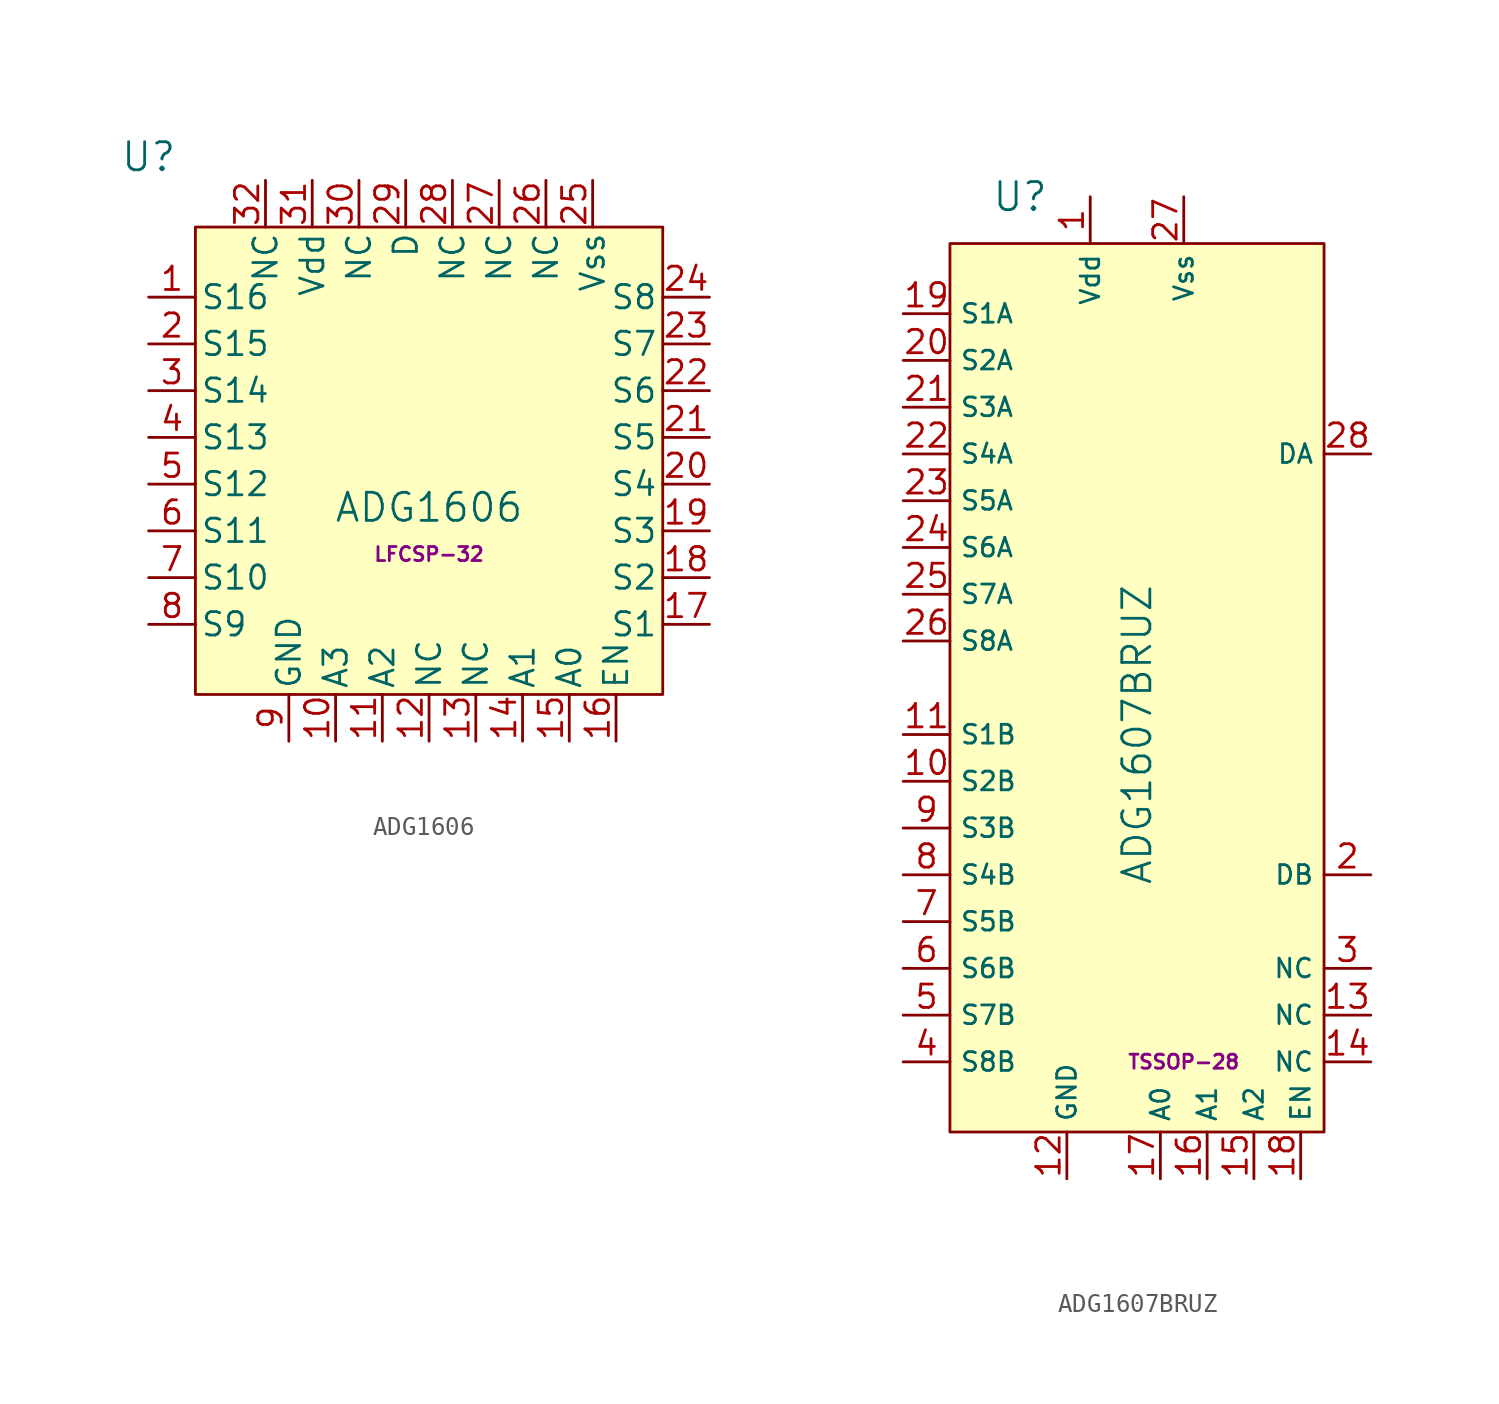
<source format=kicad_sym>
(kicad_symbol_lib
  (version 20220914)
  (generator kicad_symbol_editor)
  (symbol "ADG1606"
    (pin_names
      (offset 0.254))
    (property "Reference" "U"
      (at -15.24 16.51 0)
      (effects (font (size 1.524 1.524))))
    (property "Value" "ADG1606"
      (at 0 -2.54 0)
      (effects (font (size 1.524 1.524))))
    (property "Footprint" "LFCSP-32"
      (at 0 -5.08 0)
      (effects (font (size 0.762 0.762))))
    (property "Datasheet" ""
      (at 0 0 0)
      (effects (font (size 1.524 1.524))))
    (symbol "ADG1606_0_1"
      (rectangle (start -12.7 12.7) (end 12.7 -12.7) (stroke (width 0) (type default)) (fill (type background))))
    (symbol "ADG1606_1_1"
      (pin bidirectional line (at -15.24 8.89 0) (length 2.54) (name "S16" (effects (font (size 1.27 1.27)))) (number "1" (effects (font (size 1.27 1.27)))))
      (pin bidirectional line (at -5.08 -15.24 90) (length 2.54) (name "A3" (effects (font (size 1.27 1.27)))) (number "10" (effects (font (size 1.27 1.27)))))
      (pin bidirectional line (at -2.54 -15.24 90) (length 2.54) (name "A2" (effects (font (size 1.27 1.27)))) (number "11" (effects (font (size 1.27 1.27)))))
      (pin bidirectional line (at 0 -15.24 90) (length 2.54) (name "NC" (effects (font (size 1.27 1.27)))) (number "12" (effects (font (size 1.27 1.27)))))
      (pin bidirectional line (at 2.54 -15.24 90) (length 2.54) (name "NC" (effects (font (size 1.27 1.27)))) (number "13" (effects (font (size 1.27 1.27)))))
      (pin bidirectional line (at 5.08 -15.24 90) (length 2.54) (name "A1" (effects (font (size 1.27 1.27)))) (number "14" (effects (font (size 1.27 1.27)))))
      (pin bidirectional line (at 7.62 -15.24 90) (length 2.54) (name "A0" (effects (font (size 1.27 1.27)))) (number "15" (effects (font (size 1.27 1.27)))))
      (pin bidirectional line (at 10.16 -15.24 90) (length 2.54) (name "EN" (effects (font (size 1.27 1.27)))) (number "16" (effects (font (size 1.27 1.27)))))
      (pin bidirectional line (at 15.24 -8.89 180) (length 2.54) (name "S1" (effects (font (size 1.27 1.27)))) (number "17" (effects (font (size 1.27 1.27)))))
      (pin bidirectional line (at 15.24 -6.35 180) (length 2.54) (name "S2" (effects (font (size 1.27 1.27)))) (number "18" (effects (font (size 1.27 1.27)))))
      (pin bidirectional line (at 15.24 -3.81 180) (length 2.54) (name "S3" (effects (font (size 1.27 1.27)))) (number "19" (effects (font (size 1.27 1.27)))))
      (pin bidirectional line (at -15.24 6.35 0) (length 2.54) (name "S15" (effects (font (size 1.27 1.27)))) (number "2" (effects (font (size 1.27 1.27)))))
      (pin bidirectional line (at 15.24 -1.27 180) (length 2.54) (name "S4" (effects (font (size 1.27 1.27)))) (number "20" (effects (font (size 1.27 1.27)))))
      (pin bidirectional line (at 15.24 1.27 180) (length 2.54) (name "S5" (effects (font (size 1.27 1.27)))) (number "21" (effects (font (size 1.27 1.27)))))
      (pin bidirectional line (at 15.24 3.81 180) (length 2.54) (name "S6" (effects (font (size 1.27 1.27)))) (number "22" (effects (font (size 1.27 1.27)))))
      (pin bidirectional line (at 15.24 6.35 180) (length 2.54) (name "S7" (effects (font (size 1.27 1.27)))) (number "23" (effects (font (size 1.27 1.27)))))
      (pin bidirectional line (at 15.24 8.89 180) (length 2.54) (name "S8" (effects (font (size 1.27 1.27)))) (number "24" (effects (font (size 1.27 1.27)))))
      (pin bidirectional line (at 8.89 15.24 270) (length 2.54) (name "Vss" (effects (font (size 1.27 1.27)))) (number "25" (effects (font (size 1.27 1.27)))))
      (pin bidirectional line (at 6.35 15.24 270) (length 2.54) (name "NC" (effects (font (size 1.27 1.27)))) (number "26" (effects (font (size 1.27 1.27)))))
      (pin bidirectional line (at 3.81 15.24 270) (length 2.54) (name "NC" (effects (font (size 1.27 1.27)))) (number "27" (effects (font (size 1.27 1.27)))))
      (pin bidirectional line (at 1.27 15.24 270) (length 2.54) (name "NC" (effects (font (size 1.27 1.27)))) (number "28" (effects (font (size 1.27 1.27)))))
      (pin bidirectional line (at -1.27 15.24 270) (length 2.54) (name "D" (effects (font (size 1.27 1.27)))) (number "29" (effects (font (size 1.27 1.27)))))
      (pin bidirectional line (at -15.24 3.81 0) (length 2.54) (name "S14" (effects (font (size 1.27 1.27)))) (number "3" (effects (font (size 1.27 1.27)))))
      (pin bidirectional line (at -3.81 15.24 270) (length 2.54) (name "NC" (effects (font (size 1.27 1.27)))) (number "30" (effects (font (size 1.27 1.27)))))
      (pin bidirectional line (at -6.35 15.24 270) (length 2.54) (name "Vdd" (effects (font (size 1.27 1.27)))) (number "31" (effects (font (size 1.27 1.27)))))
      (pin bidirectional line (at -8.89 15.24 270) (length 2.54) (name "NC" (effects (font (size 1.27 1.27)))) (number "32" (effects (font (size 1.27 1.27)))))
      (pin bidirectional line (at -15.24 1.27 0) (length 2.54) (name "S13" (effects (font (size 1.27 1.27)))) (number "4" (effects (font (size 1.27 1.27)))))
      (pin bidirectional line (at -15.24 -1.27 0) (length 2.54) (name "S12" (effects (font (size 1.27 1.27)))) (number "5" (effects (font (size 1.27 1.27)))))
      (pin bidirectional line (at -15.24 -3.81 0) (length 2.54) (name "S11" (effects (font (size 1.27 1.27)))) (number "6" (effects (font (size 1.27 1.27)))))
      (pin bidirectional line (at -15.24 -6.35 0) (length 2.54) (name "S10" (effects (font (size 1.27 1.27)))) (number "7" (effects (font (size 1.27 1.27)))))
      (pin bidirectional line (at -15.24 -8.89 0) (length 2.54) (name "S9" (effects (font (size 1.27 1.27)))) (number "8" (effects (font (size 1.27 1.27)))))
      (pin bidirectional line (at -7.62 -15.24 90) (length 2.54) (name "GND" (effects (font (size 1.27 1.27)))) (number "9" (effects (font (size 1.27 1.27)))))))
  (symbol "ADG1607BRUZ"
    (property "Reference" "U"
      (at -6.35 26.67 0)
      (effects (font (size 1.524 1.524))))
    (property "Value" "ADG1607BRUZ"
      (at 0 -2.54 90)
      (effects (font (size 1.524 1.524))))
    (property "Footprint" "TSSOP-28"
      (at 2.54 -20.32 0)
      (effects (font (size 0.762 0.762))))
    (property "Datasheet" ""
      (at 0 0 0)
      (effects (font (size 1.524 1.524))))
    (symbol "ADG1607BRUZ_0_1"
      (rectangle (start -10.16 24.13) (end 10.16 -24.13) (stroke (width 0) (type default)) (fill (type background))))
    (symbol "ADG1607BRUZ_1_1"
      (pin bidirectional line (at -2.54 26.67 270) (length 2.54) (name "Vdd" (effects (font (size 1.016 1.016)))) (number "1" (effects (font (size 1.27 1.27)))))
      (pin bidirectional line (at -12.7 -5.08 0) (length 2.54) (name "S2B" (effects (font (size 1.016 1.016)))) (number "10" (effects (font (size 1.27 1.27)))))
      (pin bidirectional line (at -12.7 -2.54 0) (length 2.54) (name "S1B" (effects (font (size 1.016 1.016)))) (number "11" (effects (font (size 1.27 1.27)))))
      (pin bidirectional line (at -3.81 -26.67 90) (length 2.54) (name "GND" (effects (font (size 1.016 1.016)))) (number "12" (effects (font (size 1.27 1.27)))))
      (pin bidirectional line (at 12.7 -17.78 180) (length 2.54) (name "NC" (effects (font (size 1.016 1.016)))) (number "13" (effects (font (size 1.27 1.27)))))
      (pin bidirectional line (at 12.7 -20.32 180) (length 2.54) (name "NC" (effects (font (size 1.016 1.016)))) (number "14" (effects (font (size 1.27 1.27)))))
      (pin bidirectional line (at 6.35 -26.67 90) (length 2.54) (name "A2" (effects (font (size 1.016 1.016)))) (number "15" (effects (font (size 1.27 1.27)))))
      (pin bidirectional line (at 3.81 -26.67 90) (length 2.54) (name "A1" (effects (font (size 1.016 1.016)))) (number "16" (effects (font (size 1.27 1.27)))))
      (pin bidirectional line (at 1.27 -26.67 90) (length 2.54) (name "A0" (effects (font (size 1.016 1.016)))) (number "17" (effects (font (size 1.27 1.27)))))
      (pin bidirectional line (at 8.89 -26.67 90) (length 2.54) (name "EN" (effects (font (size 1.016 1.016)))) (number "18" (effects (font (size 1.27 1.27)))))
      (pin bidirectional line (at -12.7 20.32 0) (length 2.54) (name "S1A" (effects (font (size 1.016 1.016)))) (number "19" (effects (font (size 1.27 1.27)))))
      (pin bidirectional line (at 12.7 -10.16 180) (length 2.54) (name "DB" (effects (font (size 1.016 1.016)))) (number "2" (effects (font (size 1.27 1.27)))))
      (pin bidirectional line (at -12.7 17.78 0) (length 2.54) (name "S2A" (effects (font (size 1.016 1.016)))) (number "20" (effects (font (size 1.27 1.27)))))
      (pin bidirectional line (at -12.7 15.24 0) (length 2.54) (name "S3A" (effects (font (size 1.016 1.016)))) (number "21" (effects (font (size 1.27 1.27)))))
      (pin bidirectional line (at -12.7 12.7 0) (length 2.54) (name "S4A" (effects (font (size 1.016 1.016)))) (number "22" (effects (font (size 1.27 1.27)))))
      (pin bidirectional line (at -12.7 10.16 0) (length 2.54) (name "S5A" (effects (font (size 1.016 1.016)))) (number "23" (effects (font (size 1.27 1.27)))))
      (pin bidirectional line (at -12.7 7.62 0) (length 2.54) (name "S6A" (effects (font (size 1.016 1.016)))) (number "24" (effects (font (size 1.27 1.27)))))
      (pin bidirectional line (at -12.7 5.08 0) (length 2.54) (name "S7A" (effects (font (size 1.016 1.016)))) (number "25" (effects (font (size 1.27 1.27)))))
      (pin bidirectional line (at -12.7 2.54 0) (length 2.54) (name "S8A" (effects (font (size 1.016 1.016)))) (number "26" (effects (font (size 1.27 1.27)))))
      (pin bidirectional line (at 2.54 26.67 270) (length 2.54) (name "Vss" (effects (font (size 1.016 1.016)))) (number "27" (effects (font (size 1.27 1.27)))))
      (pin bidirectional line (at 12.7 12.7 180) (length 2.54) (name "DA" (effects (font (size 1.016 1.016)))) (number "28" (effects (font (size 1.27 1.27)))))
      (pin bidirectional line (at 12.7 -15.24 180) (length 2.54) (name "NC" (effects (font (size 1.016 1.016)))) (number "3" (effects (font (size 1.27 1.27)))))
      (pin bidirectional line (at -12.7 -20.32 0) (length 2.54) (name "S8B" (effects (font (size 1.016 1.016)))) (number "4" (effects (font (size 1.27 1.27)))))
      (pin bidirectional line (at -12.7 -17.78 0) (length 2.54) (name "S7B" (effects (font (size 1.016 1.016)))) (number "5" (effects (font (size 1.27 1.27)))))
      (pin bidirectional line (at -12.7 -15.24 0) (length 2.54) (name "S6B" (effects (font (size 1.016 1.016)))) (number "6" (effects (font (size 1.27 1.27)))))
      (pin bidirectional line (at -12.7 -12.7 0) (length 2.54) (name "S5B" (effects (font (size 1.016 1.016)))) (number "7" (effects (font (size 1.27 1.27)))))
      (pin bidirectional line (at -12.7 -10.16 0) (length 2.54) (name "S4B" (effects (font (size 1.016 1.016)))) (number "8" (effects (font (size 1.27 1.27)))))
      (pin bidirectional line (at -12.7 -7.62 0) (length 2.54) (name "S3B" (effects (font (size 1.016 1.016)))) (number "9" (effects (font (size 1.27 1.27))))))))
</source>
